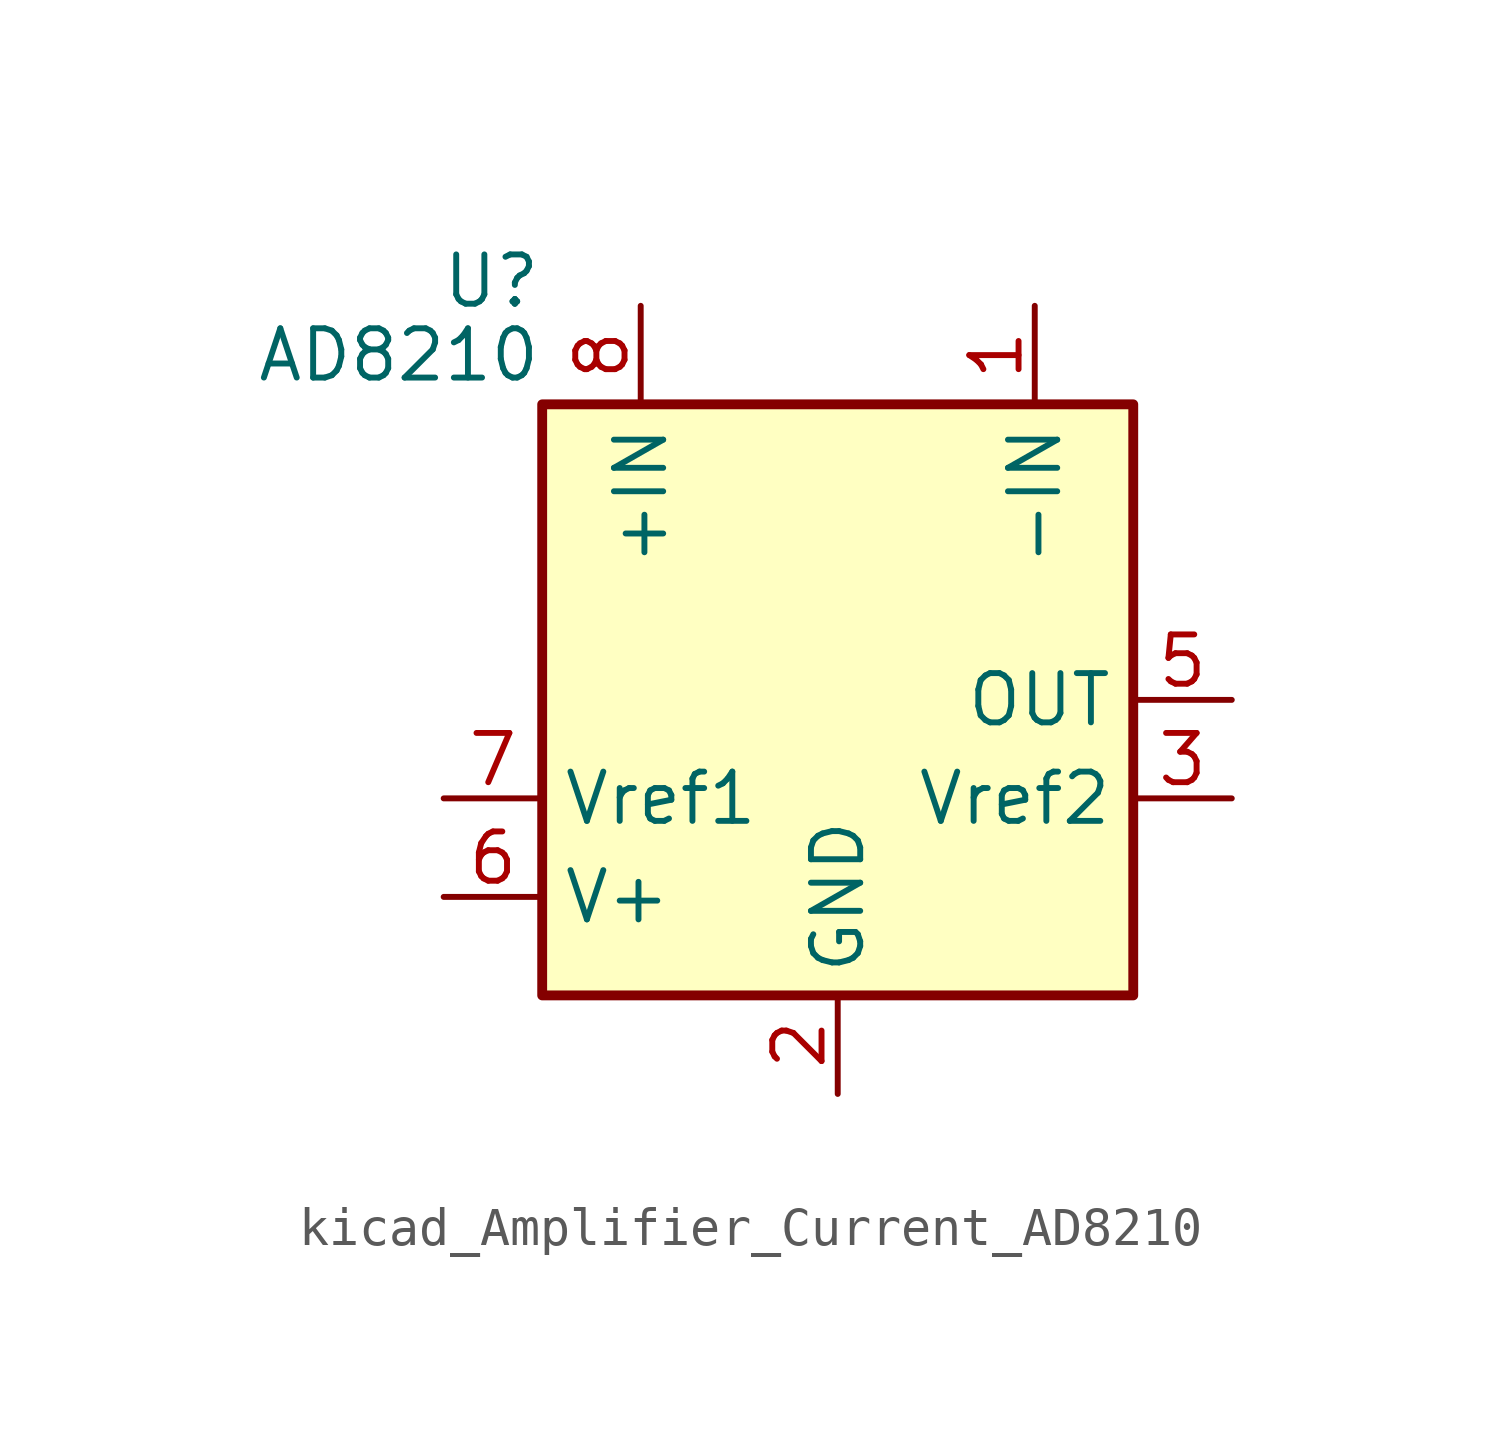
<source format=kicad_sym>
(kicad_symbol_lib
  (version 20220914)
  (generator kicad_symbol_editor)
  (symbol "kicad_Amplifier_Current_AD8210"
    (property "Reference" "U"
      (at -7.62 10.795 0)
      (effects (font (size 1.27 1.27)) (justify right)))
    (property "Value" "AD8210"
      (at -7.62 8.89 0)
      (effects (font (size 1.27 1.27)) (justify right)))
    (symbol "kicad_Amplifier_Current_AD8210_0_1"
      (rectangle (start -7.62 7.62) (end 7.62 -7.62) (stroke (width 0.254) (type default)) (fill (type background))))
    (symbol "kicad_Amplifier_Current_AD8210_1_1"
      (pin input line (at 5.08 10.16 270) (length 2.54) (name "-IN" (effects (font (size 1.27 1.27)))) (number "1" (effects (font (size 1.27 1.27)))))
      (pin power_in line (at 0 -10.16 90) (length 2.54) (name "GND" (effects (font (size 1.27 1.27)))) (number "2" (effects (font (size 1.27 1.27)))))
      (pin input line (at 10.16 -2.54 180) (length 2.54) (name "Vref2" (effects (font (size 1.27 1.27)))) (number "3" (effects (font (size 1.27 1.27)))))
      (pin no_connect line (at 2.54 -7.62 90) (length 2.54) hide (name "NC" (effects (font (size 1.27 1.27)))) (number "4" (effects (font (size 1.27 1.27)))))
      (pin output line (at 10.16 0 180) (length 2.54) (name "OUT" (effects (font (size 1.27 1.27)))) (number "5" (effects (font (size 1.27 1.27)))))
      (pin power_in line (at -10.16 -5.08 0) (length 2.54) (name "V+" (effects (font (size 1.27 1.27)))) (number "6" (effects (font (size 1.27 1.27)))))
      (pin input line (at -10.16 -2.54 0) (length 2.54) (name "Vref1" (effects (font (size 1.27 1.27)))) (number "7" (effects (font (size 1.27 1.27)))))
      (pin input line (at -5.08 10.16 270) (length 2.54) (name "+IN" (effects (font (size 1.27 1.27)))) (number "8" (effects (font (size 1.27 1.27))))))))
</source>
